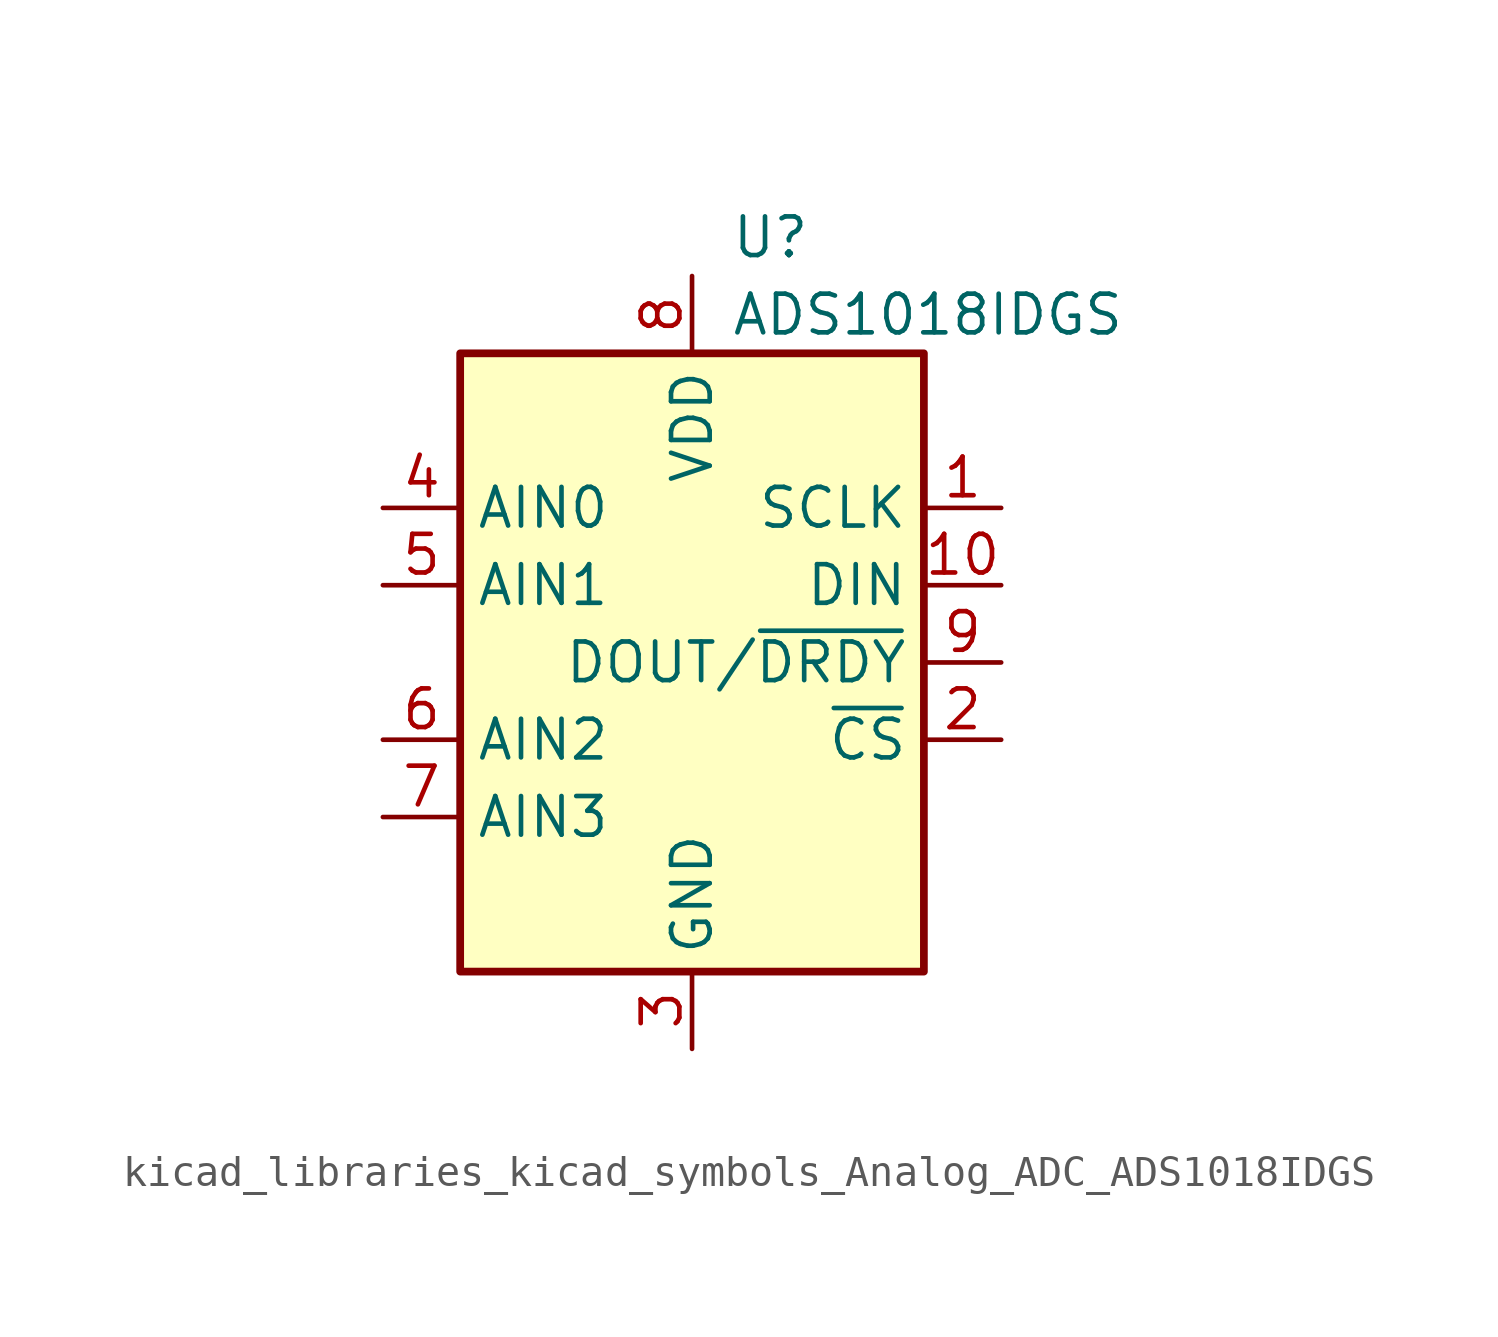
<source format=kicad_sym>
(kicad_symbol_lib
  (version 20220914)
  (generator kicad_symbol_editor)
  (symbol "kicad_libraries_kicad_symbols_Analog_ADC_ADS1018IDGS"
    (property "Reference" "U"
      (at 1.27 13.97 0)
      (effects (font (size 1.27 1.27)) (justify left)))
    (property "Value" "ADS1018IDGS"
      (at 1.27 11.43 0)
      (effects (font (size 1.27 1.27)) (justify left)))
    (symbol "kicad_libraries_kicad_symbols_Analog_ADC_ADS1018IDGS_0_1"
      (rectangle (start 7.62 10.16) (end -7.62 -10.16) (stroke (width 0.254) (type default)) (fill (type background))))
    (symbol "kicad_libraries_kicad_symbols_Analog_ADC_ADS1018IDGS_1_1"
      (pin input line (at 10.16 5.08 180) (length 2.54) (name "SCLK" (effects (font (size 1.27 1.27)))) (number "1" (effects (font (size 1.27 1.27)))))
      (pin input line (at 10.16 2.54 180) (length 2.54) (name "DIN" (effects (font (size 1.27 1.27)))) (number "10" (effects (font (size 1.27 1.27)))))
      (pin input line (at 10.16 -2.54 180) (length 2.54) (name "~{CS}" (effects (font (size 1.27 1.27)))) (number "2" (effects (font (size 1.27 1.27)))))
      (pin power_in line (at 0 -12.7 90) (length 2.54) (name "GND" (effects (font (size 1.27 1.27)))) (number "3" (effects (font (size 1.27 1.27)))))
      (pin input line (at -10.16 5.08 0) (length 2.54) (name "AIN0" (effects (font (size 1.27 1.27)))) (number "4" (effects (font (size 1.27 1.27)))))
      (pin input line (at -10.16 2.54 0) (length 2.54) (name "AIN1" (effects (font (size 1.27 1.27)))) (number "5" (effects (font (size 1.27 1.27)))))
      (pin input line (at -10.16 -2.54 0) (length 2.54) (name "AIN2" (effects (font (size 1.27 1.27)))) (number "6" (effects (font (size 1.27 1.27)))))
      (pin input line (at -10.16 -5.08 0) (length 2.54) (name "AIN3" (effects (font (size 1.27 1.27)))) (number "7" (effects (font (size 1.27 1.27)))))
      (pin power_in line (at 0 12.7 270) (length 2.54) (name "VDD" (effects (font (size 1.27 1.27)))) (number "8" (effects (font (size 1.27 1.27)))))
      (pin output line (at 10.16 0 180) (length 2.54) (name "DOUT/~{DRDY}" (effects (font (size 1.27 1.27)))) (number "9" (effects (font (size 1.27 1.27))))))))
</source>
